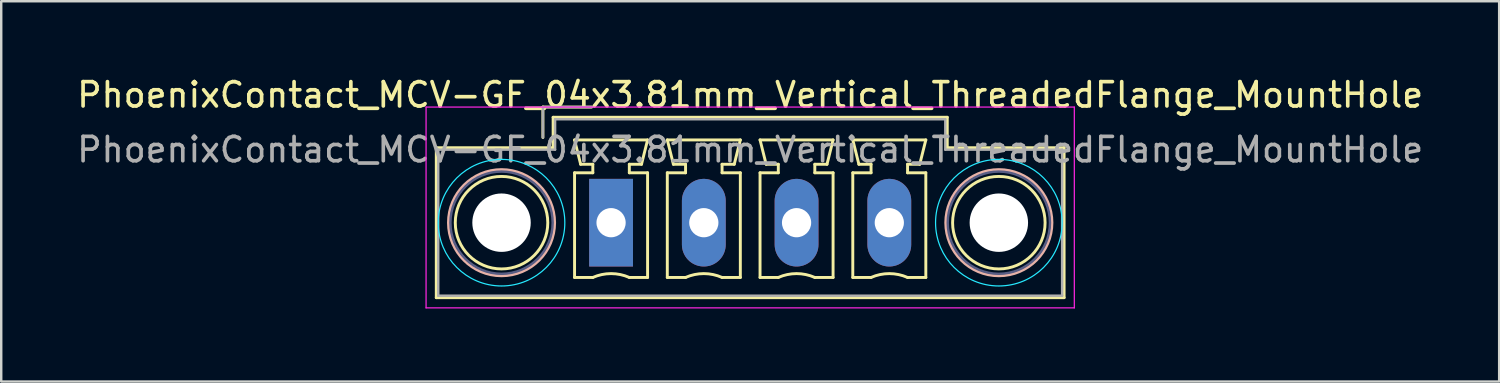
<source format=kicad_pcb>
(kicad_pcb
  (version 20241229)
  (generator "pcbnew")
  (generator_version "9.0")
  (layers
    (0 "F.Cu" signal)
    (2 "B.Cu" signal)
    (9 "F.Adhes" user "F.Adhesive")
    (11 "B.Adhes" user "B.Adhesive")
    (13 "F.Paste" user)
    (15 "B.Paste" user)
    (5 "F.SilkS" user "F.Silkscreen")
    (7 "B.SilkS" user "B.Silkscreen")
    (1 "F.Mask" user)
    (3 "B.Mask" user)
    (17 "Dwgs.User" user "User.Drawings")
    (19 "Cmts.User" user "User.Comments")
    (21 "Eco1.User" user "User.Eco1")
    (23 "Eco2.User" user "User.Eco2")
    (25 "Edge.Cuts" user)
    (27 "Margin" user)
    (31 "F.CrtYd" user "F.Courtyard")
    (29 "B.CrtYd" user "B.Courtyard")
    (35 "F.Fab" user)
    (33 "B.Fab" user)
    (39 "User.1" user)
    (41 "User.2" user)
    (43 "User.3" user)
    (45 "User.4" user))
  (footprint "PhoenixContact_MCV-GF_04x3.81mm_Vertical_ThreadedFlange_MountHole"
    (layer "F.Cu")
    (at 22.053 6.098)
    (property "Reference" "PhoenixContact_MCV-GF_04x3.81mm_Vertical_ThreadedFlange_MountHole" (at 5.715 -5.25 0) (layer "F.SilkS") (effects (font (size 1 1) (thickness 0.15))))
    (attr through_hole)
    (fp_line (start -7.18 -3.08) (end -7.18 3.08) (stroke (width 0.12) (type solid)) (layer "F.SilkS"))
    (fp_line (start -7.18 3.08) (end 18.61 3.08) (stroke (width 0.12) (type solid)) (layer "F.SilkS"))
    (fp_line (start -2.8 -4.75) (end -0.8 -4.75) (stroke (width 0.12) (type solid)) (layer "F.SilkS"))
    (fp_line (start -2.8 -3.5) (end -2.8 -4.75) (stroke (width 0.12) (type solid)) (layer "F.SilkS"))
    (fp_line (start -2.38 -4.33) (end -2.38 -3.08) (stroke (width 0.12) (type solid)) (layer "F.SilkS"))
    (fp_line (start -2.38 -3.08) (end -7.18 -3.08) (stroke (width 0.12) (type solid)) (layer "F.SilkS"))
    (fp_line (start -1.5 -3.4) (end 1.5 -3.4) (stroke (width 0.12) (type solid)) (layer "F.SilkS"))
    (fp_line (start -1.5 -2.05) (end -0.75 -2.05) (stroke (width 0.12) (type solid)) (layer "F.SilkS"))
    (fp_line (start -1.5 2.25) (end -1.5 -2.05) (stroke (width 0.12) (type solid)) (layer "F.SilkS"))
    (fp_line (start -1.25 -2.4) (end -1.5 -3.4) (stroke (width 0.12) (type solid)) (layer "F.SilkS"))
    (fp_line (start -0.75 -2.4) (end -1.25 -2.4) (stroke (width 0.12) (type solid)) (layer "F.SilkS"))
    (fp_line (start -0.75 -2.05) (end -0.75 -2.4) (stroke (width 0.12) (type solid)) (layer "F.SilkS"))
    (fp_line (start -0.75 2.25) (end -1.5 2.25) (stroke (width 0.12) (type solid)) (layer "F.SilkS"))
    (fp_line (start 0.75 -2.4) (end 0.75 -2.05) (stroke (width 0.12) (type solid)) (layer "F.SilkS"))
    (fp_line (start 0.75 -2.05) (end 1.5 -2.05) (stroke (width 0.12) (type solid)) (layer "F.SilkS"))
    (fp_line (start 1.25 -2.4) (end 0.75 -2.4) (stroke (width 0.12) (type solid)) (layer "F.SilkS"))
    (fp_line (start 1.5 -3.4) (end 1.25 -2.4) (stroke (width 0.12) (type solid)) (layer "F.SilkS"))
    (fp_line (start 1.5 -2.05) (end 1.5 2.25) (stroke (width 0.12) (type solid)) (layer "F.SilkS"))
    (fp_line (start 1.5 2.25) (end 0.75 2.25) (stroke (width 0.12) (type solid)) (layer "F.SilkS"))
    (fp_line (start 2.31 -3.4) (end 5.31 -3.4) (stroke (width 0.12) (type solid)) (layer "F.SilkS"))
    (fp_line (start 2.31 -2.05) (end 3.06 -2.05) (stroke (width 0.12) (type solid)) (layer "F.SilkS"))
    (fp_line (start 2.31 2.25) (end 2.31 -2.05) (stroke (width 0.12) (type solid)) (layer "F.SilkS"))
    (fp_line (start 2.56 -2.4) (end 2.31 -3.4) (stroke (width 0.12) (type solid)) (layer "F.SilkS"))
    (fp_line (start 3.06 -2.4) (end 2.56 -2.4) (stroke (width 0.12) (type solid)) (layer "F.SilkS"))
    (fp_line (start 3.06 -2.05) (end 3.06 -2.4) (stroke (width 0.12) (type solid)) (layer "F.SilkS"))
    (fp_line (start 3.06 2.25) (end 2.31 2.25) (stroke (width 0.12) (type solid)) (layer "F.SilkS"))
    (fp_line (start 4.56 -2.4) (end 4.56 -2.05) (stroke (width 0.12) (type solid)) (layer "F.SilkS"))
    (fp_line (start 4.56 -2.05) (end 5.31 -2.05) (stroke (width 0.12) (type solid)) (layer "F.SilkS"))
    (fp_line (start 5.06 -2.4) (end 4.56 -2.4) (stroke (width 0.12) (type solid)) (layer "F.SilkS"))
    (fp_line (start 5.31 -3.4) (end 5.06 -2.4) (stroke (width 0.12) (type solid)) (layer "F.SilkS"))
    (fp_line (start 5.31 -2.05) (end 5.31 2.25) (stroke (width 0.12) (type solid)) (layer "F.SilkS"))
    (fp_line (start 5.31 2.25) (end 4.56 2.25) (stroke (width 0.12) (type solid)) (layer "F.SilkS"))
    (fp_line (start 6.12 -3.4) (end 9.12 -3.4) (stroke (width 0.12) (type solid)) (layer "F.SilkS"))
    (fp_line (start 6.12 -2.05) (end 6.87 -2.05) (stroke (width 0.12) (type solid)) (layer "F.SilkS"))
    (fp_line (start 6.12 2.25) (end 6.12 -2.05) (stroke (width 0.12) (type solid)) (layer "F.SilkS"))
    (fp_line (start 6.37 -2.4) (end 6.12 -3.4) (stroke (width 0.12) (type solid)) (layer "F.SilkS"))
    (fp_line (start 6.87 -2.4) (end 6.37 -2.4) (stroke (width 0.12) (type solid)) (layer "F.SilkS"))
    (fp_line (start 6.87 -2.05) (end 6.87 -2.4) (stroke (width 0.12) (type solid)) (layer "F.SilkS"))
    (fp_line (start 6.87 2.25) (end 6.12 2.25) (stroke (width 0.12) (type solid)) (layer "F.SilkS"))
    (fp_line (start 8.37 -2.4) (end 8.37 -2.05) (stroke (width 0.12) (type solid)) (layer "F.SilkS"))
    (fp_line (start 8.37 -2.05) (end 9.12 -2.05) (stroke (width 0.12) (type solid)) (layer "F.SilkS"))
    (fp_line (start 8.87 -2.4) (end 8.37 -2.4) (stroke (width 0.12) (type solid)) (layer "F.SilkS"))
    (fp_line (start 9.12 -3.4) (end 8.87 -2.4) (stroke (width 0.12) (type solid)) (layer "F.SilkS"))
    (fp_line (start 9.12 -2.05) (end 9.12 2.25) (stroke (width 0.12) (type solid)) (layer "F.SilkS"))
    (fp_line (start 9.12 2.25) (end 8.37 2.25) (stroke (width 0.12) (type solid)) (layer "F.SilkS"))
    (fp_line (start 9.93 -3.4) (end 12.93 -3.4) (stroke (width 0.12) (type solid)) (layer "F.SilkS"))
    (fp_line (start 9.93 -2.05) (end 10.68 -2.05) (stroke (width 0.12) (type solid)) (layer "F.SilkS"))
    (fp_line (start 9.93 2.25) (end 9.93 -2.05) (stroke (width 0.12) (type solid)) (layer "F.SilkS"))
    (fp_line (start 10.18 -2.4) (end 9.93 -3.4) (stroke (width 0.12) (type solid)) (layer "F.SilkS"))
    (fp_line (start 10.68 -2.4) (end 10.18 -2.4) (stroke (width 0.12) (type solid)) (layer "F.SilkS"))
    (fp_line (start 10.68 -2.05) (end 10.68 -2.4) (stroke (width 0.12) (type solid)) (layer "F.SilkS"))
    (fp_line (start 10.68 2.25) (end 9.93 2.25) (stroke (width 0.12) (type solid)) (layer "F.SilkS"))
    (fp_line (start 12.18 -2.4) (end 12.18 -2.05) (stroke (width 0.12) (type solid)) (layer "F.SilkS"))
    (fp_line (start 12.18 -2.05) (end 12.93 -2.05) (stroke (width 0.12) (type solid)) (layer "F.SilkS"))
    (fp_line (start 12.68 -2.4) (end 12.18 -2.4) (stroke (width 0.12) (type solid)) (layer "F.SilkS"))
    (fp_line (start 12.93 -3.4) (end 12.68 -2.4) (stroke (width 0.12) (type solid)) (layer "F.SilkS"))
    (fp_line (start 12.93 -2.05) (end 12.93 2.25) (stroke (width 0.12) (type solid)) (layer "F.SilkS"))
    (fp_line (start 12.93 2.25) (end 12.18 2.25) (stroke (width 0.12) (type solid)) (layer "F.SilkS"))
    (fp_line (start 13.81 -4.33) (end -2.38 -4.33) (stroke (width 0.12) (type solid)) (layer "F.SilkS"))
    (fp_line (start 13.81 -3.08) (end 13.81 -4.33) (stroke (width 0.12) (type solid)) (layer "F.SilkS"))
    (fp_line (start 18.61 -3.08) (end 13.81 -3.08) (stroke (width 0.12) (type solid)) (layer "F.SilkS"))
    (fp_line (start 18.61 3.08) (end 18.61 -3.08) (stroke (width 0.12) (type solid)) (layer "F.SilkS"))
    (fp_arc (start -0.75 2.25) (mid -0.000193 2.09191) (end 0.749647 2.249844) (stroke (width 0.12) (type solid)) (layer "F.SilkS"))
    (fp_arc (start 3.06 2.25) (mid 3.809807 2.09191) (end 4.559647 2.249844) (stroke (width 0.12) (type solid)) (layer "F.SilkS"))
    (fp_arc (start 6.87 2.25) (mid 7.619807 2.09191) (end 8.369647 2.249844) (stroke (width 0.12) (type solid)) (layer "F.SilkS"))
    (fp_arc (start 10.68 2.25) (mid 11.429807 2.09191) (end 12.179647 2.249844) (stroke (width 0.12) (type solid)) (layer "F.SilkS"))
    (fp_circle (center -4.5 0) (end -2.6 0) (stroke (width 0.12) (type solid)) (fill no) (layer "F.SilkS"))
    (fp_circle (center 15.93 0) (end 17.83 0) (stroke (width 0.12) (type solid)) (fill no) (layer "F.SilkS"))
    (fp_circle (center -4.5 0) (end -2.32 0) (stroke (width 0.12) (type solid)) (fill no) (layer "B.SilkS"))
    (fp_circle (center 15.93 0) (end 18.11 0) (stroke (width 0.12) (type solid)) (fill no) (layer "B.SilkS"))
    (fp_circle (center -4.5 0) (end -1.9 0) (stroke (width 0.05) (type solid)) (fill no) (layer "B.CrtYd"))
    (fp_circle (center 15.93 0) (end 18.53 0) (stroke (width 0.05) (type solid)) (fill no) (layer "B.CrtYd"))
    (fp_line (start -7.6 -4.75) (end -7.6 3.5) (stroke (width 0.05) (type solid)) (layer "F.CrtYd"))
    (fp_line (start -7.6 3.5) (end 19.03 3.5) (stroke (width 0.05) (type solid)) (layer "F.CrtYd"))
    (fp_line (start 19.03 -4.75) (end -7.6 -4.75) (stroke (width 0.05) (type solid)) (layer "F.CrtYd"))
    (fp_line (start 19.03 3.5) (end 19.03 -4.75) (stroke (width 0.05) (type solid)) (layer "F.CrtYd"))
    (fp_circle (center -4.5 0) (end -2.4 0) (stroke (width 0.1) (type solid)) (fill no) (layer "B.Fab"))
    (fp_circle (center 15.93 0) (end 18.03 0) (stroke (width 0.1) (type solid)) (fill no) (layer "B.Fab"))
    (fp_line (start -7.1 -3) (end -7.1 3) (stroke (width 0.1) (type solid)) (layer "F.Fab"))
    (fp_line (start -7.1 3) (end 18.53 3) (stroke (width 0.1) (type solid)) (layer "F.Fab"))
    (fp_line (start -2.8 -4.75) (end -0.8 -4.75) (stroke (width 0.1) (type solid)) (layer "F.Fab"))
    (fp_line (start -2.8 -3.5) (end -2.8 -4.75) (stroke (width 0.1) (type solid)) (layer "F.Fab"))
    (fp_line (start -2.3 -4.25) (end -2.3 -3) (stroke (width 0.1) (type solid)) (layer "F.Fab"))
    (fp_line (start -2.3 -3) (end -7.1 -3) (stroke (width 0.1) (type solid)) (layer "F.Fab"))
    (fp_line (start 13.73 -4.25) (end -2.3 -4.25) (stroke (width 0.1) (type solid)) (layer "F.Fab"))
    (fp_line (start 13.73 -3) (end 13.73 -4.25) (stroke (width 0.1) (type solid)) (layer "F.Fab"))
    (fp_line (start 18.53 -3) (end 13.73 -3) (stroke (width 0.1) (type solid)) (layer "F.Fab"))
    (fp_line (start 18.53 3) (end 18.53 -3) (stroke (width 0.1) (type solid)) (layer "F.Fab"))
    (fp_text user "${REFERENCE}" (at 5.715 -3 0) (layer "F.Fab") (effects (font (size 1 1) (thickness 0.15))))
    (pad "" np_thru_hole circle (at -4.5 0) (size 2.4 2.4) (drill 2.4) (layers "*.Cu" "*.Mask"))
    (pad "" np_thru_hole circle (at 15.93 0) (size 2.4 2.4) (drill 2.4) (layers "*.Cu" "*.Mask"))
    (pad "1" thru_hole rect (at 0 0) (size 1.8 3.6) (drill 1.2) (layers "*.Cu" "*.Mask"))
    (pad "2" thru_hole oval (at 3.81 0) (size 1.8 3.6) (drill 1.2) (layers "*.Cu" "*.Mask"))
    (pad "3" thru_hole oval (at 7.62 0) (size 1.8 3.6) (drill 1.2) (layers "*.Cu" "*.Mask"))
    (pad "4" thru_hole oval (at 11.43 0) (size 1.8 3.6) (drill 1.2) (layers "*.Cu" "*.Mask")))
  (gr_rect
    (start -3 -3)
    (end 58.536 12.623)
    (stroke (width 0.1) (type default))
    (fill no)
    (layer "Edge.Cuts")))
</source>
